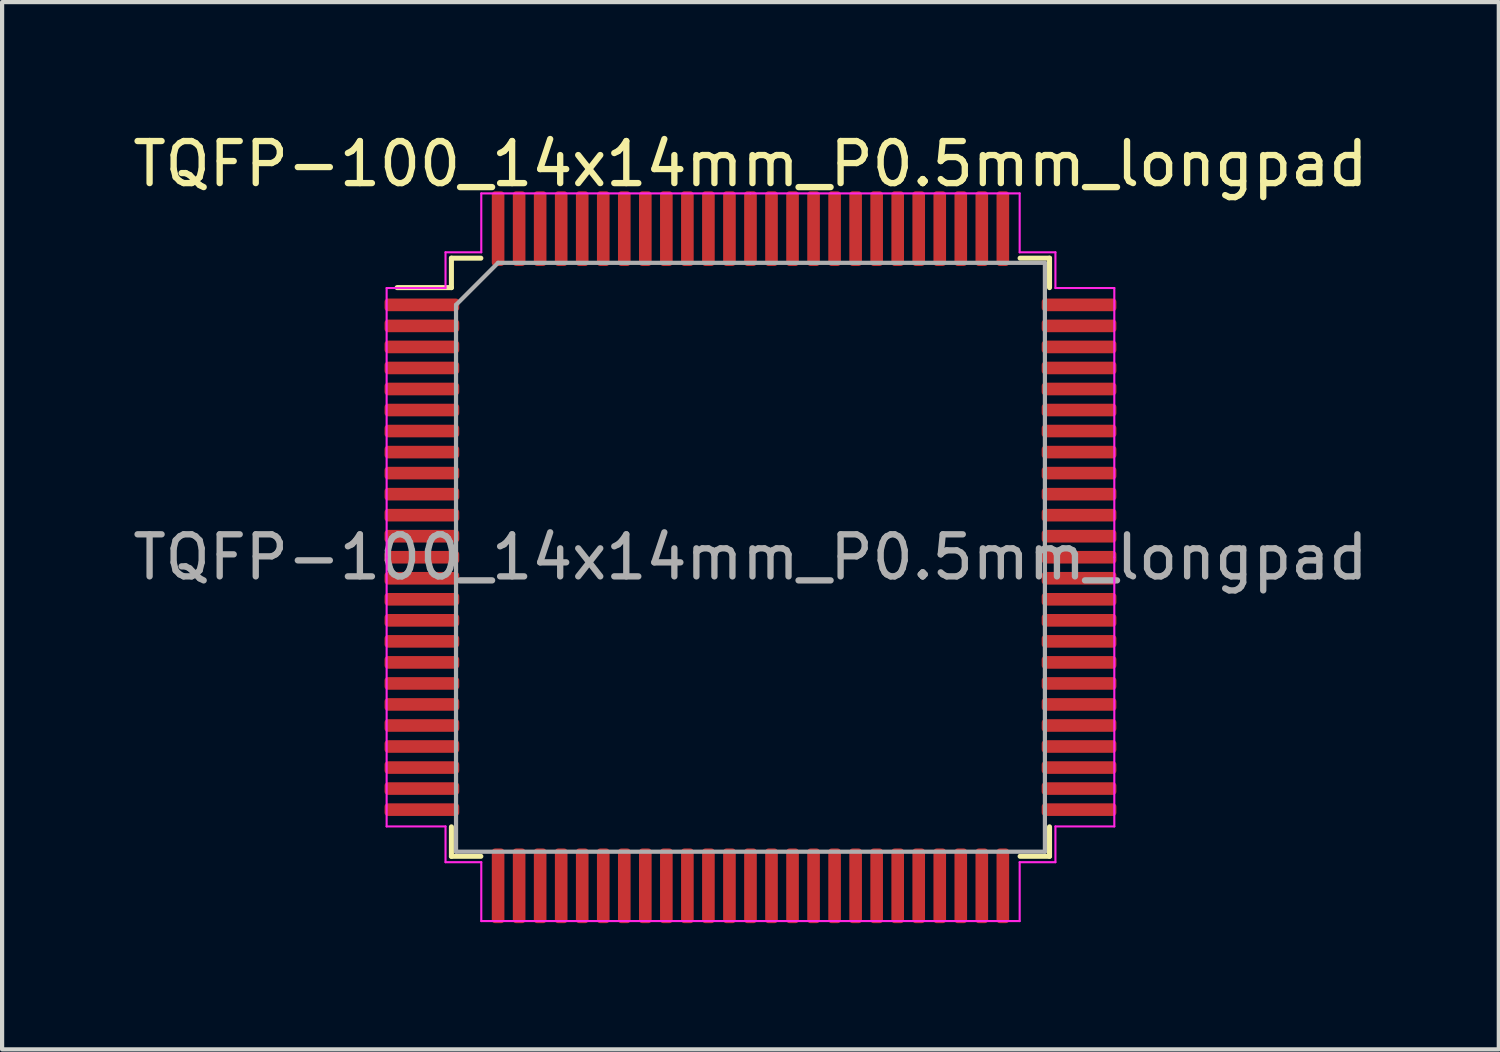
<source format=kicad_pcb>
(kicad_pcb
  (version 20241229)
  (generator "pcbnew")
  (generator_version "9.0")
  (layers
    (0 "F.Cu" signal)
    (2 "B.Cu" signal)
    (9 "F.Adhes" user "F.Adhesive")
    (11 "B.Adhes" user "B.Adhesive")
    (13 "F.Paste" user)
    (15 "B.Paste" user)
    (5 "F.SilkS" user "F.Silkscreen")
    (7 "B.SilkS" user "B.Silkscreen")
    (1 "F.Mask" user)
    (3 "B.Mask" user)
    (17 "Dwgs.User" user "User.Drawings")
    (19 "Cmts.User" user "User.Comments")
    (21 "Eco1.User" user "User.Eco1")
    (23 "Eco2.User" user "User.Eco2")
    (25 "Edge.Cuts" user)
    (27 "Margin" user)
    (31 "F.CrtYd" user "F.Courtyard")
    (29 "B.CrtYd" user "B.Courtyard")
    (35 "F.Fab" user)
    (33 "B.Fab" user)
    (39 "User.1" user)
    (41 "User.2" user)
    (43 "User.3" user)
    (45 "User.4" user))
  (footprint "TQFP-100_14x14mm_P0.5mm_longpad"
    (layer "F.Cu")
    (at 14.792 10.198)
    (property "Reference" "TQFP-100_14x14mm_P0.5mm_longpad" (at 0 -9.35 0) (layer "F.SilkS") (effects (font (size 1 1) (thickness 0.15))))
    (attr smd)
    (fp_line (start -7.11 -7.11) (end -7.11 -6.41) (stroke (width 0.12) (type solid)) (layer "F.SilkS"))
    (fp_line (start -7.11 -6.41) (end -8.4 -6.41) (stroke (width 0.12) (type solid)) (layer "F.SilkS"))
    (fp_line (start -7.11 7.11) (end -7.11 6.41) (stroke (width 0.12) (type solid)) (layer "F.SilkS"))
    (fp_line (start -6.41 -7.11) (end -7.11 -7.11) (stroke (width 0.12) (type solid)) (layer "F.SilkS"))
    (fp_line (start -6.41 7.11) (end -7.11 7.11) (stroke (width 0.12) (type solid)) (layer "F.SilkS"))
    (fp_line (start 6.41 -7.11) (end 7.11 -7.11) (stroke (width 0.12) (type solid)) (layer "F.SilkS"))
    (fp_line (start 6.41 7.11) (end 7.11 7.11) (stroke (width 0.12) (type solid)) (layer "F.SilkS"))
    (fp_line (start 7.11 -7.11) (end 7.11 -6.41) (stroke (width 0.12) (type solid)) (layer "F.SilkS"))
    (fp_line (start 7.11 7.11) (end 7.11 6.41) (stroke (width 0.12) (type solid)) (layer "F.SilkS"))
    (fp_line (start -8.65 -6.4) (end -8.65 0) (stroke (width 0.05) (type solid)) (layer "F.CrtYd"))
    (fp_line (start -8.65 6.4) (end -8.65 0) (stroke (width 0.05) (type solid)) (layer "F.CrtYd"))
    (fp_line (start -7.25 -7.25) (end -7.25 -6.4) (stroke (width 0.05) (type solid)) (layer "F.CrtYd"))
    (fp_line (start -7.25 -6.4) (end -8.65 -6.4) (stroke (width 0.05) (type solid)) (layer "F.CrtYd"))
    (fp_line (start -7.25 6.4) (end -8.65 6.4) (stroke (width 0.05) (type solid)) (layer "F.CrtYd"))
    (fp_line (start -7.25 7.25) (end -7.25 6.4) (stroke (width 0.05) (type solid)) (layer "F.CrtYd"))
    (fp_line (start -6.4 -8.65) (end -6.4 -7.25) (stroke (width 0.05) (type solid)) (layer "F.CrtYd"))
    (fp_line (start -6.4 -7.25) (end -7.25 -7.25) (stroke (width 0.05) (type solid)) (layer "F.CrtYd"))
    (fp_line (start -6.4 7.25) (end -7.25 7.25) (stroke (width 0.05) (type solid)) (layer "F.CrtYd"))
    (fp_line (start -6.4 8.65) (end -6.4 7.25) (stroke (width 0.05) (type solid)) (layer "F.CrtYd"))
    (fp_line (start 0 -8.65) (end -6.4 -8.65) (stroke (width 0.05) (type solid)) (layer "F.CrtYd"))
    (fp_line (start 0 -8.65) (end 6.4 -8.65) (stroke (width 0.05) (type solid)) (layer "F.CrtYd"))
    (fp_line (start 0 8.65) (end -6.4 8.65) (stroke (width 0.05) (type solid)) (layer "F.CrtYd"))
    (fp_line (start 0 8.65) (end 6.4 8.65) (stroke (width 0.05) (type solid)) (layer "F.CrtYd"))
    (fp_line (start 6.4 -8.65) (end 6.4 -7.25) (stroke (width 0.05) (type solid)) (layer "F.CrtYd"))
    (fp_line (start 6.4 -7.25) (end 7.25 -7.25) (stroke (width 0.05) (type solid)) (layer "F.CrtYd"))
    (fp_line (start 6.4 7.25) (end 7.25 7.25) (stroke (width 0.05) (type solid)) (layer "F.CrtYd"))
    (fp_line (start 6.4 8.65) (end 6.4 7.25) (stroke (width 0.05) (type solid)) (layer "F.CrtYd"))
    (fp_line (start 7.25 -7.25) (end 7.25 -6.4) (stroke (width 0.05) (type solid)) (layer "F.CrtYd"))
    (fp_line (start 7.25 -6.4) (end 8.65 -6.4) (stroke (width 0.05) (type solid)) (layer "F.CrtYd"))
    (fp_line (start 7.25 6.4) (end 8.65 6.4) (stroke (width 0.05) (type solid)) (layer "F.CrtYd"))
    (fp_line (start 7.25 7.25) (end 7.25 6.4) (stroke (width 0.05) (type solid)) (layer "F.CrtYd"))
    (fp_line (start 8.65 -6.4) (end 8.65 0) (stroke (width 0.05) (type solid)) (layer "F.CrtYd"))
    (fp_line (start 8.65 6.4) (end 8.65 0) (stroke (width 0.05) (type solid)) (layer "F.CrtYd"))
    (fp_line (start -7 -6) (end -6 -7) (stroke (width 0.1) (type solid)) (layer "F.Fab"))
    (fp_line (start -7 7) (end -7 -6) (stroke (width 0.1) (type solid)) (layer "F.Fab"))
    (fp_line (start -6 -7) (end 7 -7) (stroke (width 0.1) (type solid)) (layer "F.Fab"))
    (fp_line (start 7 -7) (end 7 7) (stroke (width 0.1) (type solid)) (layer "F.Fab"))
    (fp_line (start 7 7) (end -7 7) (stroke (width 0.1) (type solid)) (layer "F.Fab"))
    (fp_text user "${REFERENCE}" (at 0 0 0) (layer "F.Fab") (effects (font (size 1 1) (thickness 0.15))))
    (pad "1" smd roundrect (at -7.812 -6) (size 1.775 0.3) (layers "F.Cu" "F.Mask" "F.Paste") (roundrect_rratio 0.25))
    (pad "2" smd roundrect (at -7.812 -5.5) (size 1.775 0.3) (layers "F.Cu" "F.Mask" "F.Paste") (roundrect_rratio 0.25))
    (pad "3" smd roundrect (at -7.812 -5) (size 1.775 0.3) (layers "F.Cu" "F.Mask" "F.Paste") (roundrect_rratio 0.25))
    (pad "4" smd roundrect (at -7.812 -4.5) (size 1.775 0.3) (layers "F.Cu" "F.Mask" "F.Paste") (roundrect_rratio 0.25))
    (pad "5" smd roundrect (at -7.812 -4) (size 1.775 0.3) (layers "F.Cu" "F.Mask" "F.Paste") (roundrect_rratio 0.25))
    (pad "6" smd roundrect (at -7.812 -3.5) (size 1.775 0.3) (layers "F.Cu" "F.Mask" "F.Paste") (roundrect_rratio 0.25))
    (pad "7" smd roundrect (at -7.812 -3) (size 1.775 0.3) (layers "F.Cu" "F.Mask" "F.Paste") (roundrect_rratio 0.25))
    (pad "8" smd roundrect (at -7.812 -2.5) (size 1.775 0.3) (layers "F.Cu" "F.Mask" "F.Paste") (roundrect_rratio 0.25))
    (pad "9" smd roundrect (at -7.812 -2) (size 1.775 0.3) (layers "F.Cu" "F.Mask" "F.Paste") (roundrect_rratio 0.25))
    (pad "10" smd roundrect (at -7.812 -1.5) (size 1.775 0.3) (layers "F.Cu" "F.Mask" "F.Paste") (roundrect_rratio 0.25))
    (pad "11" smd roundrect (at -7.812 -1) (size 1.775 0.3) (layers "F.Cu" "F.Mask" "F.Paste") (roundrect_rratio 0.25))
    (pad "12" smd roundrect (at -7.812 -0.5) (size 1.775 0.3) (layers "F.Cu" "F.Mask" "F.Paste") (roundrect_rratio 0.25))
    (pad "13" smd roundrect (at -7.812 0) (size 1.775 0.3) (layers "F.Cu" "F.Mask" "F.Paste") (roundrect_rratio 0.25))
    (pad "14" smd roundrect (at -7.812 0.5) (size 1.775 0.3) (layers "F.Cu" "F.Mask" "F.Paste") (roundrect_rratio 0.25))
    (pad "15" smd roundrect (at -7.812 1) (size 1.775 0.3) (layers "F.Cu" "F.Mask" "F.Paste") (roundrect_rratio 0.25))
    (pad "16" smd roundrect (at -7.812 1.5) (size 1.775 0.3) (layers "F.Cu" "F.Mask" "F.Paste") (roundrect_rratio 0.25))
    (pad "17" smd roundrect (at -7.812 2) (size 1.775 0.3) (layers "F.Cu" "F.Mask" "F.Paste") (roundrect_rratio 0.25))
    (pad "18" smd roundrect (at -7.812 2.5) (size 1.775 0.3) (layers "F.Cu" "F.Mask" "F.Paste") (roundrect_rratio 0.25))
    (pad "19" smd roundrect (at -7.812 3) (size 1.775 0.3) (layers "F.Cu" "F.Mask" "F.Paste") (roundrect_rratio 0.25))
    (pad "20" smd roundrect (at -7.812 3.5) (size 1.775 0.3) (layers "F.Cu" "F.Mask" "F.Paste") (roundrect_rratio 0.25))
    (pad "21" smd roundrect (at -7.812 4) (size 1.775 0.3) (layers "F.Cu" "F.Mask" "F.Paste") (roundrect_rratio 0.25))
    (pad "22" smd roundrect (at -7.812 4.5) (size 1.775 0.3) (layers "F.Cu" "F.Mask" "F.Paste") (roundrect_rratio 0.25))
    (pad "23" smd roundrect (at -7.812 5) (size 1.775 0.3) (layers "F.Cu" "F.Mask" "F.Paste") (roundrect_rratio 0.25))
    (pad "24" smd roundrect (at -7.812 5.5) (size 1.775 0.3) (layers "F.Cu" "F.Mask" "F.Paste") (roundrect_rratio 0.25))
    (pad "25" smd roundrect (at -7.812 6) (size 1.775 0.3) (layers "F.Cu" "F.Mask" "F.Paste") (roundrect_rratio 0.25))
    (pad "26" smd roundrect (at -6 7.812) (size 0.3 1.775) (layers "F.Cu" "F.Mask" "F.Paste") (roundrect_rratio 0.25))
    (pad "27" smd roundrect (at -5.5 7.812) (size 0.3 1.775) (layers "F.Cu" "F.Mask" "F.Paste") (roundrect_rratio 0.25))
    (pad "28" smd roundrect (at -5 7.812) (size 0.3 1.775) (layers "F.Cu" "F.Mask" "F.Paste") (roundrect_rratio 0.25))
    (pad "29" smd roundrect (at -4.5 7.812) (size 0.3 1.775) (layers "F.Cu" "F.Mask" "F.Paste") (roundrect_rratio 0.25))
    (pad "30" smd roundrect (at -4 7.812) (size 0.3 1.775) (layers "F.Cu" "F.Mask" "F.Paste") (roundrect_rratio 0.25))
    (pad "31" smd roundrect (at -3.5 7.812) (size 0.3 1.775) (layers "F.Cu" "F.Mask" "F.Paste") (roundrect_rratio 0.25))
    (pad "32" smd roundrect (at -3 7.812) (size 0.3 1.775) (layers "F.Cu" "F.Mask" "F.Paste") (roundrect_rratio 0.25))
    (pad "33" smd roundrect (at -2.5 7.812) (size 0.3 1.775) (layers "F.Cu" "F.Mask" "F.Paste") (roundrect_rratio 0.25))
    (pad "34" smd roundrect (at -2 7.812) (size 0.3 1.775) (layers "F.Cu" "F.Mask" "F.Paste") (roundrect_rratio 0.25))
    (pad "35" smd roundrect (at -1.5 7.812) (size 0.3 1.775) (layers "F.Cu" "F.Mask" "F.Paste") (roundrect_rratio 0.25))
    (pad "36" smd roundrect (at -1 7.812) (size 0.3 1.775) (layers "F.Cu" "F.Mask" "F.Paste") (roundrect_rratio 0.25))
    (pad "37" smd roundrect (at -0.5 7.812) (size 0.3 1.775) (layers "F.Cu" "F.Mask" "F.Paste") (roundrect_rratio 0.25))
    (pad "38" smd roundrect (at 0 7.812) (size 0.3 1.775) (layers "F.Cu" "F.Mask" "F.Paste") (roundrect_rratio 0.25))
    (pad "39" smd roundrect (at 0.5 7.812) (size 0.3 1.775) (layers "F.Cu" "F.Mask" "F.Paste") (roundrect_rratio 0.25))
    (pad "40" smd roundrect (at 1 7.812) (size 0.3 1.775) (layers "F.Cu" "F.Mask" "F.Paste") (roundrect_rratio 0.25))
    (pad "41" smd roundrect (at 1.5 7.812) (size 0.3 1.775) (layers "F.Cu" "F.Mask" "F.Paste") (roundrect_rratio 0.25))
    (pad "42" smd roundrect (at 2 7.812) (size 0.3 1.775) (layers "F.Cu" "F.Mask" "F.Paste") (roundrect_rratio 0.25))
    (pad "43" smd roundrect (at 2.5 7.812) (size 0.3 1.775) (layers "F.Cu" "F.Mask" "F.Paste") (roundrect_rratio 0.25))
    (pad "44" smd roundrect (at 3 7.812) (size 0.3 1.775) (layers "F.Cu" "F.Mask" "F.Paste") (roundrect_rratio 0.25))
    (pad "45" smd roundrect (at 3.5 7.812) (size 0.3 1.775) (layers "F.Cu" "F.Mask" "F.Paste") (roundrect_rratio 0.25))
    (pad "46" smd roundrect (at 4 7.812) (size 0.3 1.775) (layers "F.Cu" "F.Mask" "F.Paste") (roundrect_rratio 0.25))
    (pad "47" smd roundrect (at 4.5 7.812) (size 0.3 1.775) (layers "F.Cu" "F.Mask" "F.Paste") (roundrect_rratio 0.25))
    (pad "48" smd roundrect (at 5 7.812) (size 0.3 1.775) (layers "F.Cu" "F.Mask" "F.Paste") (roundrect_rratio 0.25))
    (pad "49" smd roundrect (at 5.5 7.812) (size 0.3 1.775) (layers "F.Cu" "F.Mask" "F.Paste") (roundrect_rratio 0.25))
    (pad "50" smd roundrect (at 6 7.812) (size 0.3 1.775) (layers "F.Cu" "F.Mask" "F.Paste") (roundrect_rratio 0.25))
    (pad "51" smd roundrect (at 7.812 6) (size 1.775 0.3) (layers "F.Cu" "F.Mask" "F.Paste") (roundrect_rratio 0.25))
    (pad "52" smd roundrect (at 7.812 5.5) (size 1.775 0.3) (layers "F.Cu" "F.Mask" "F.Paste") (roundrect_rratio 0.25))
    (pad "53" smd roundrect (at 7.812 5) (size 1.775 0.3) (layers "F.Cu" "F.Mask" "F.Paste") (roundrect_rratio 0.25))
    (pad "54" smd roundrect (at 7.812 4.5) (size 1.775 0.3) (layers "F.Cu" "F.Mask" "F.Paste") (roundrect_rratio 0.25))
    (pad "55" smd roundrect (at 7.812 4) (size 1.775 0.3) (layers "F.Cu" "F.Mask" "F.Paste") (roundrect_rratio 0.25))
    (pad "56" smd roundrect (at 7.812 3.5) (size 1.775 0.3) (layers "F.Cu" "F.Mask" "F.Paste") (roundrect_rratio 0.25))
    (pad "57" smd roundrect (at 7.812 3) (size 1.775 0.3) (layers "F.Cu" "F.Mask" "F.Paste") (roundrect_rratio 0.25))
    (pad "58" smd roundrect (at 7.812 2.5) (size 1.775 0.3) (layers "F.Cu" "F.Mask" "F.Paste") (roundrect_rratio 0.25))
    (pad "59" smd roundrect (at 7.812 2) (size 1.775 0.3) (layers "F.Cu" "F.Mask" "F.Paste") (roundrect_rratio 0.25))
    (pad "60" smd roundrect (at 7.812 1.5) (size 1.775 0.3) (layers "F.Cu" "F.Mask" "F.Paste") (roundrect_rratio 0.25))
    (pad "61" smd roundrect (at 7.812 1) (size 1.775 0.3) (layers "F.Cu" "F.Mask" "F.Paste") (roundrect_rratio 0.25))
    (pad "62" smd roundrect (at 7.812 0.5) (size 1.775 0.3) (layers "F.Cu" "F.Mask" "F.Paste") (roundrect_rratio 0.25))
    (pad "63" smd roundrect (at 7.812 0) (size 1.775 0.3) (layers "F.Cu" "F.Mask" "F.Paste") (roundrect_rratio 0.25))
    (pad "64" smd roundrect (at 7.812 -0.5) (size 1.775 0.3) (layers "F.Cu" "F.Mask" "F.Paste") (roundrect_rratio 0.25))
    (pad "65" smd roundrect (at 7.812 -1) (size 1.775 0.3) (layers "F.Cu" "F.Mask" "F.Paste") (roundrect_rratio 0.25))
    (pad "66" smd roundrect (at 7.812 -1.5) (size 1.775 0.3) (layers "F.Cu" "F.Mask" "F.Paste") (roundrect_rratio 0.25))
    (pad "67" smd roundrect (at 7.812 -2) (size 1.775 0.3) (layers "F.Cu" "F.Mask" "F.Paste") (roundrect_rratio 0.25))
    (pad "68" smd roundrect (at 7.812 -2.5) (size 1.775 0.3) (layers "F.Cu" "F.Mask" "F.Paste") (roundrect_rratio 0.25))
    (pad "69" smd roundrect (at 7.812 -3) (size 1.775 0.3) (layers "F.Cu" "F.Mask" "F.Paste") (roundrect_rratio 0.25))
    (pad "70" smd roundrect (at 7.812 -3.5) (size 1.775 0.3) (layers "F.Cu" "F.Mask" "F.Paste") (roundrect_rratio 0.25))
    (pad "71" smd roundrect (at 7.812 -4) (size 1.775 0.3) (layers "F.Cu" "F.Mask" "F.Paste") (roundrect_rratio 0.25))
    (pad "72" smd roundrect (at 7.812 -4.5) (size 1.775 0.3) (layers "F.Cu" "F.Mask" "F.Paste") (roundrect_rratio 0.25))
    (pad "73" smd roundrect (at 7.812 -5) (size 1.775 0.3) (layers "F.Cu" "F.Mask" "F.Paste") (roundrect_rratio 0.25))
    (pad "74" smd roundrect (at 7.812 -5.5) (size 1.775 0.3) (layers "F.Cu" "F.Mask" "F.Paste") (roundrect_rratio 0.25))
    (pad "75" smd roundrect (at 7.812 -6) (size 1.775 0.3) (layers "F.Cu" "F.Mask" "F.Paste") (roundrect_rratio 0.25))
    (pad "76" smd roundrect (at 6 -7.812) (size 0.3 1.775) (layers "F.Cu" "F.Mask" "F.Paste") (roundrect_rratio 0.25))
    (pad "77" smd roundrect (at 5.5 -7.812) (size 0.3 1.775) (layers "F.Cu" "F.Mask" "F.Paste") (roundrect_rratio 0.25))
    (pad "78" smd roundrect (at 5 -7.812) (size 0.3 1.775) (layers "F.Cu" "F.Mask" "F.Paste") (roundrect_rratio 0.25))
    (pad "79" smd roundrect (at 4.5 -7.812) (size 0.3 1.775) (layers "F.Cu" "F.Mask" "F.Paste") (roundrect_rratio 0.25))
    (pad "80" smd roundrect (at 4 -7.812) (size 0.3 1.775) (layers "F.Cu" "F.Mask" "F.Paste") (roundrect_rratio 0.25))
    (pad "81" smd roundrect (at 3.5 -7.812) (size 0.3 1.775) (layers "F.Cu" "F.Mask" "F.Paste") (roundrect_rratio 0.25))
    (pad "82" smd roundrect (at 3 -7.812) (size 0.3 1.775) (layers "F.Cu" "F.Mask" "F.Paste") (roundrect_rratio 0.25))
    (pad "83" smd roundrect (at 2.5 -7.812) (size 0.3 1.775) (layers "F.Cu" "F.Mask" "F.Paste") (roundrect_rratio 0.25))
    (pad "84" smd roundrect (at 2 -7.812) (size 0.3 1.775) (layers "F.Cu" "F.Mask" "F.Paste") (roundrect_rratio 0.25))
    (pad "85" smd roundrect (at 1.5 -7.812) (size 0.3 1.775) (layers "F.Cu" "F.Mask" "F.Paste") (roundrect_rratio 0.25))
    (pad "86" smd roundrect (at 1 -7.812) (size 0.3 1.775) (layers "F.Cu" "F.Mask" "F.Paste") (roundrect_rratio 0.25))
    (pad "87" smd roundrect (at 0.5 -7.812) (size 0.3 1.775) (layers "F.Cu" "F.Mask" "F.Paste") (roundrect_rratio 0.25))
    (pad "88" smd roundrect (at 0 -7.812) (size 0.3 1.775) (layers "F.Cu" "F.Mask" "F.Paste") (roundrect_rratio 0.25))
    (pad "89" smd roundrect (at -0.5 -7.812) (size 0.3 1.775) (layers "F.Cu" "F.Mask" "F.Paste") (roundrect_rratio 0.25))
    (pad "90" smd roundrect (at -1 -7.812) (size 0.3 1.775) (layers "F.Cu" "F.Mask" "F.Paste") (roundrect_rratio 0.25))
    (pad "91" smd roundrect (at -1.5 -7.812) (size 0.3 1.775) (layers "F.Cu" "F.Mask" "F.Paste") (roundrect_rratio 0.25))
    (pad "92" smd roundrect (at -2 -7.812) (size 0.3 1.775) (layers "F.Cu" "F.Mask" "F.Paste") (roundrect_rratio 0.25))
    (pad "93" smd roundrect (at -2.5 -7.812) (size 0.3 1.775) (layers "F.Cu" "F.Mask" "F.Paste") (roundrect_rratio 0.25))
    (pad "94" smd roundrect (at -3 -7.812) (size 0.3 1.775) (layers "F.Cu" "F.Mask" "F.Paste") (roundrect_rratio 0.25))
    (pad "95" smd roundrect (at -3.5 -7.812) (size 0.3 1.775) (layers "F.Cu" "F.Mask" "F.Paste") (roundrect_rratio 0.25))
    (pad "96" smd roundrect (at -4 -7.812) (size 0.3 1.775) (layers "F.Cu" "F.Mask" "F.Paste") (roundrect_rratio 0.25))
    (pad "97" smd roundrect (at -4.5 -7.812) (size 0.3 1.775) (layers "F.Cu" "F.Mask" "F.Paste") (roundrect_rratio 0.25))
    (pad "98" smd roundrect (at -5 -7.812) (size 0.3 1.775) (layers "F.Cu" "F.Mask" "F.Paste") (roundrect_rratio 0.25))
    (pad "99" smd roundrect (at -5.5 -7.812) (size 0.3 1.775) (layers "F.Cu" "F.Mask" "F.Paste") (roundrect_rratio 0.25))
    (pad "100" smd roundrect (at -6 -7.812) (size 0.3 1.775) (layers "F.Cu" "F.Mask" "F.Paste") (roundrect_rratio 0.25)))
  (gr_rect
    (start -3 -3)
    (end 32.583 21.898)
    (stroke (width 0.1) (type default))
    (fill no)
    (layer "Edge.Cuts")))
</source>
